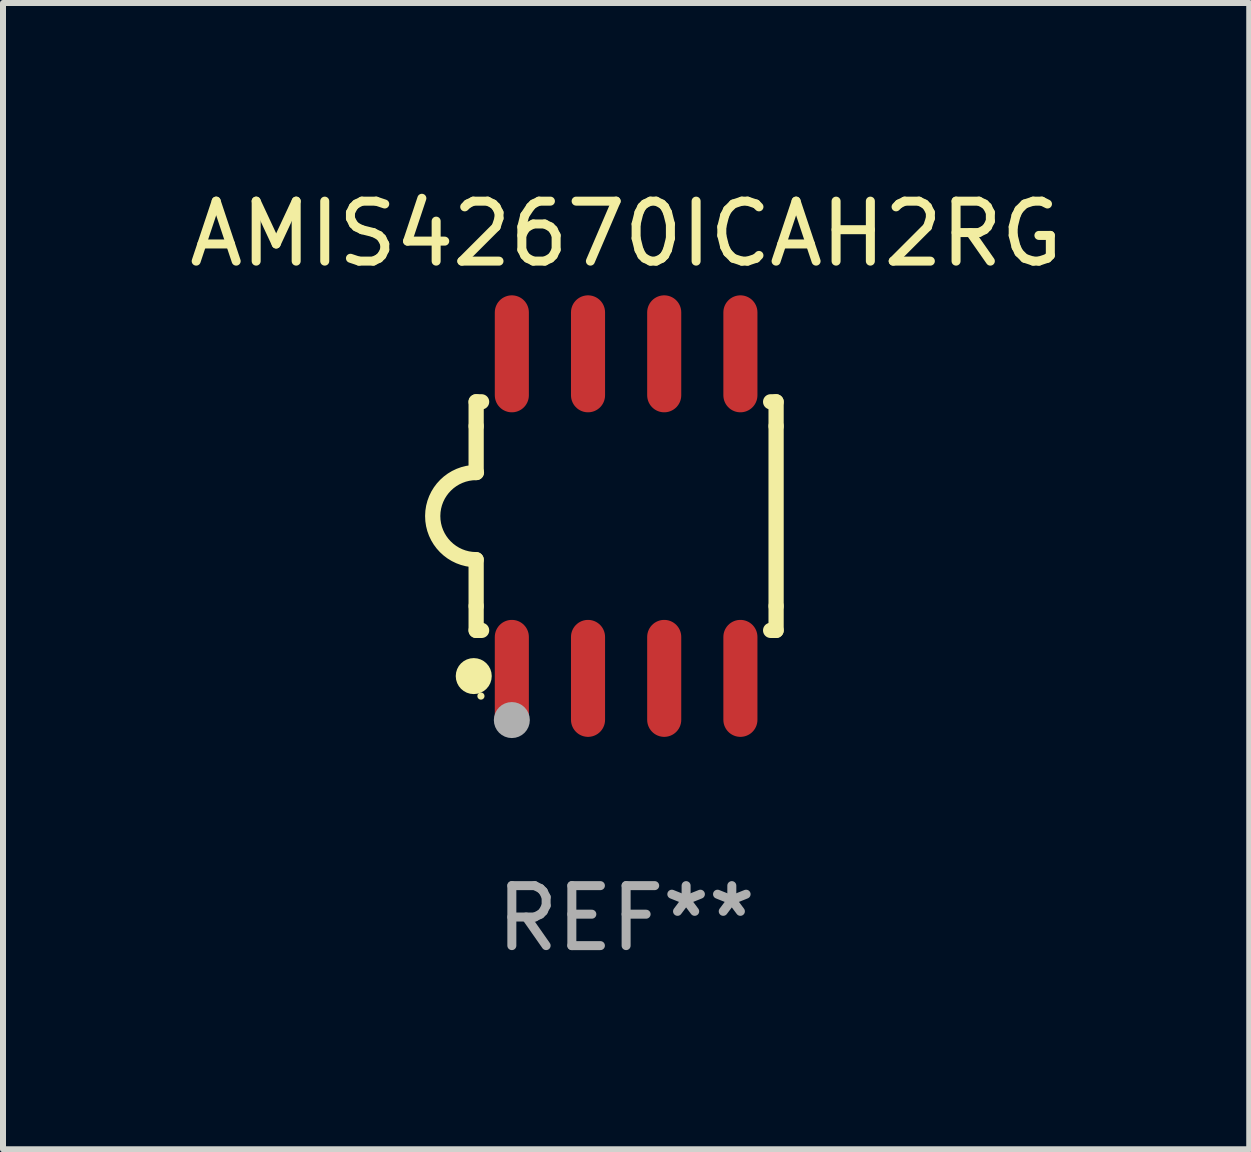
<source format=kicad_pcb>
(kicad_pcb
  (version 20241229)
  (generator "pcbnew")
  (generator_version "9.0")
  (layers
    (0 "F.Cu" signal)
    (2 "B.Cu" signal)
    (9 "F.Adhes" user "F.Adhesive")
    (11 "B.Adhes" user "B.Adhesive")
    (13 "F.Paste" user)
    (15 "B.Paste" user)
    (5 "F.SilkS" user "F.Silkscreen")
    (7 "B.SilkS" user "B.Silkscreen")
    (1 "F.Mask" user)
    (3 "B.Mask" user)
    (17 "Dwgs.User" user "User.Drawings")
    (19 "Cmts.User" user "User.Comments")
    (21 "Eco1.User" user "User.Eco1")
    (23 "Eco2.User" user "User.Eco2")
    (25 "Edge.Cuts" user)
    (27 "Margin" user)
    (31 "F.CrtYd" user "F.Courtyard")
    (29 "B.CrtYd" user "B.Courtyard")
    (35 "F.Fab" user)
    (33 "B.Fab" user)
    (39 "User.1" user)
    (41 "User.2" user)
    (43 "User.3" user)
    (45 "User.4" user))
  (footprint "AMIS42670ICAH2RG"
    (layer "F.Cu")
    (at 7.387 5.553)
    (property "Reference" "AMIS42670ICAH2RG" (at 0 -4.705 0) (layer "F.SilkS") (effects (font (size 1 1) (thickness 0.15))))
    (attr through_hole)
    (fp_line (start -2.5 -1.905) (end -2.409 -1.905) (stroke (width 0.254) (type solid)) (layer "F.SilkS"))
    (fp_line (start -2.5 -1.5) (end -2.5 -1.905) (stroke (width 0.254) (type solid)) (layer "F.SilkS"))
    (fp_line (start -2.5 -1.5) (end -2.5 -0.726) (stroke (width 0.254) (type solid)) (layer "F.SilkS"))
    (fp_line (start -2.5 1.5) (end -2.5 0.727) (stroke (width 0.254) (type solid)) (layer "F.SilkS"))
    (fp_line (start -2.5 1.5) (end -2.5 1.905) (stroke (width 0.254) (type solid)) (layer "F.SilkS"))
    (fp_line (start -2.5 1.905) (end -2.409 1.905) (stroke (width 0.254) (type solid)) (layer "F.SilkS"))
    (fp_line (start 2.5 -1.905) (end 2.409 -1.905) (stroke (width 0.254) (type solid)) (layer "F.SilkS"))
    (fp_line (start 2.5 -1.5) (end 2.5 -1.905) (stroke (width 0.254) (type solid)) (layer "F.SilkS"))
    (fp_line (start 2.5 -1.5) (end 2.5 1.5) (stroke (width 0.254) (type solid)) (layer "F.SilkS"))
    (fp_line (start 2.5 1.5) (end 2.5 1.905) (stroke (width 0.254) (type solid)) (layer "F.SilkS"))
    (fp_line (start 2.5 1.905) (end 2.409 1.905) (stroke (width 0.254) (type solid)) (layer "F.SilkS"))
    (fp_arc (start -2.5 0.726568) (mid -3.220316 -0.0023) (end -2.495097 -0.726289) (stroke (width 0.254001) (type solid)) (layer "F.SilkS"))
    (fp_circle (center -2.54 2.667) (end -2.39 2.667) (stroke (width 0.3) (type solid)) (fill no) (layer "F.SilkS"))
    (fp_circle (center -2.42 3) (end -2.39 3) (stroke (width 0.06) (type solid)) (fill no) (layer "F.SilkS"))
    (fp_circle (center -1.905 3.4) (end -1.755 3.4) (stroke (width 0.3) (type solid)) (fill no) (layer "F.Fab"))
    (fp_text user "REF**" (at 0 6.705 0) (layer "F.Fab") (effects (font (size 1 1) (thickness 0.15))))
    (pad "1" smd oval (at -1.905 2.705) (size 0.568 1.95) (layers "F.Cu" "F.Mask" "F.Paste"))
    (pad "2" smd oval (at -0.635 2.705) (size 0.568 1.95) (layers "F.Cu" "F.Mask" "F.Paste"))
    (pad "3" smd oval (at 0.635 2.705) (size 0.568 1.95) (layers "F.Cu" "F.Mask" "F.Paste"))
    (pad "4" smd oval (at 1.905 2.705) (size 0.568 1.95) (layers "F.Cu" "F.Mask" "F.Paste"))
    (pad "5" smd oval (at 1.905 -2.705) (size 0.568 1.95) (layers "F.Cu" "F.Mask" "F.Paste"))
    (pad "6" smd oval (at 0.635 -2.705) (size 0.568 1.95) (layers "F.Cu" "F.Mask" "F.Paste"))
    (pad "7" smd oval (at -0.635 -2.705) (size 0.568 1.95) (layers "F.Cu" "F.Mask" "F.Paste"))
    (pad "8" smd oval (at -1.905 -2.705) (size 0.568 1.95) (layers "F.Cu" "F.Mask" "F.Paste")))
  (gr_rect
    (start -3 -3)
    (end 17.774 16.107)
    (stroke (width 0.1) (type default))
    (fill no)
    (layer "Edge.Cuts")))
</source>
